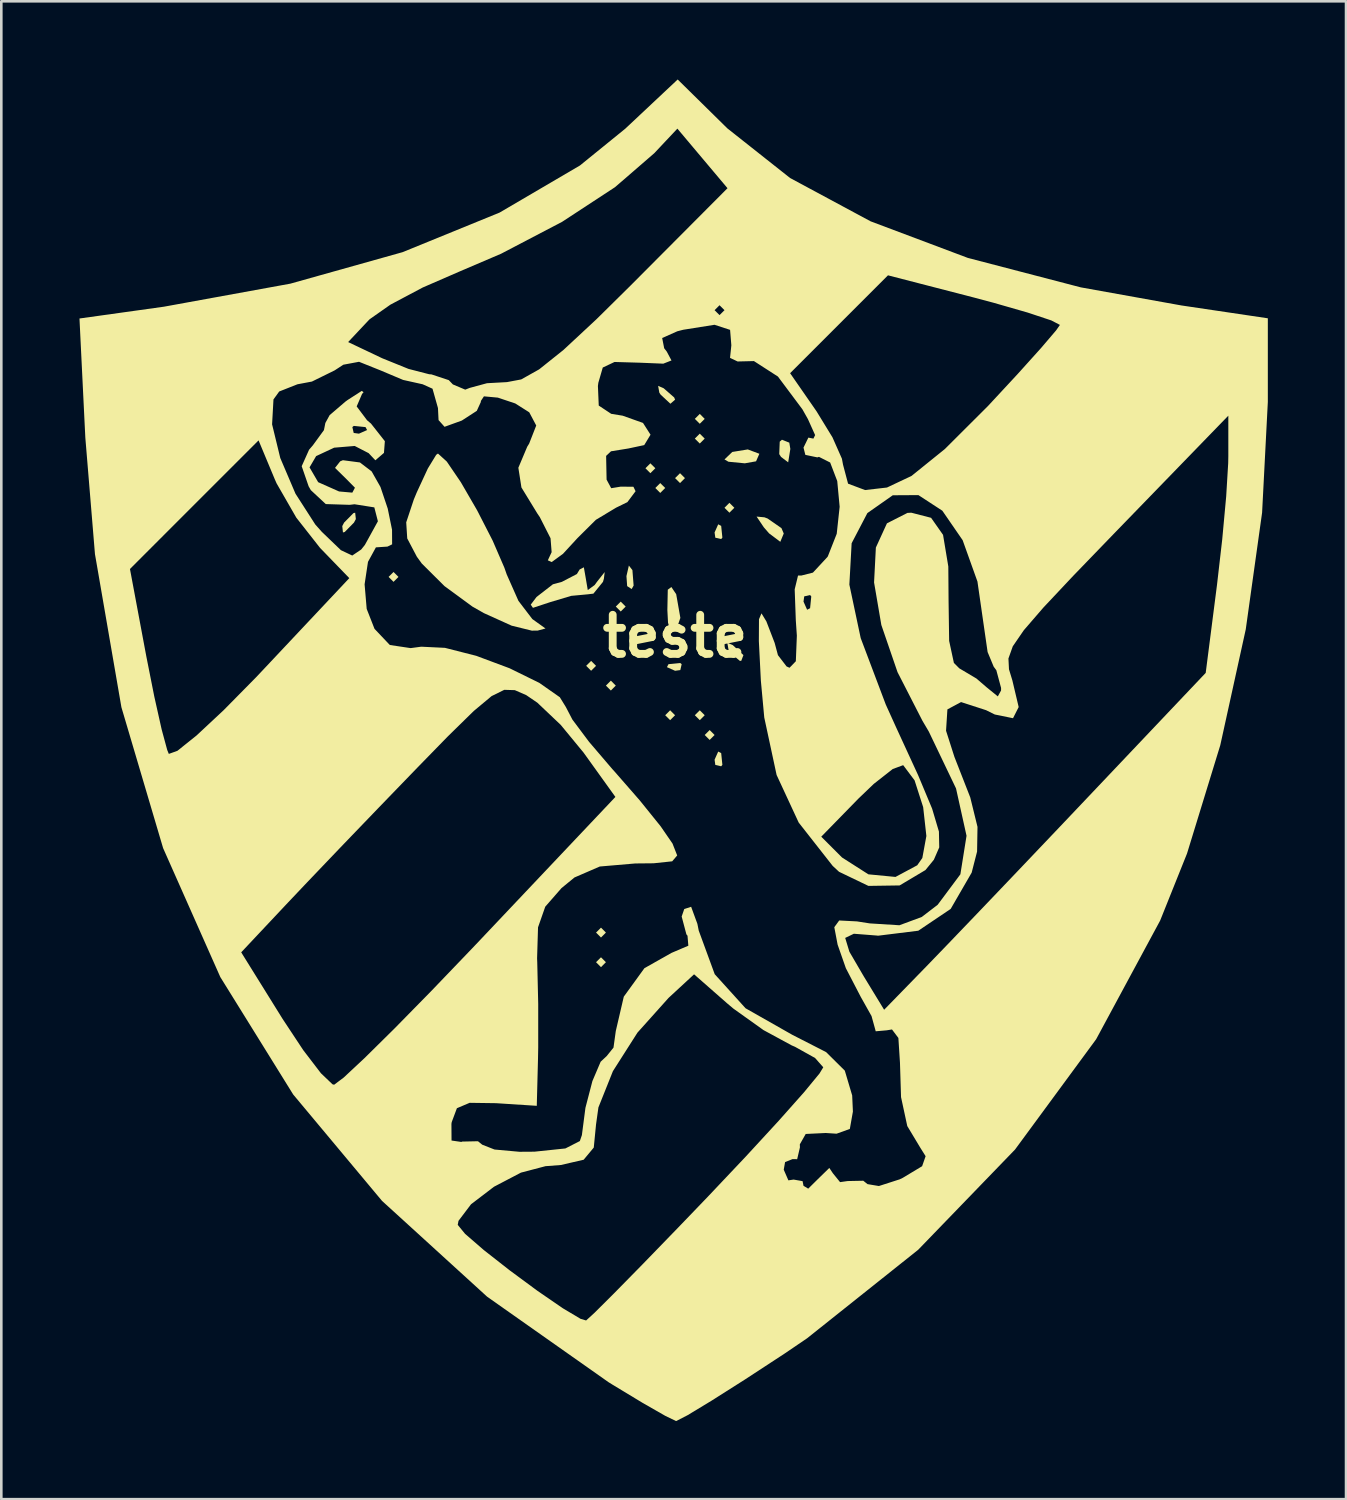
<source format=kicad_pcb>
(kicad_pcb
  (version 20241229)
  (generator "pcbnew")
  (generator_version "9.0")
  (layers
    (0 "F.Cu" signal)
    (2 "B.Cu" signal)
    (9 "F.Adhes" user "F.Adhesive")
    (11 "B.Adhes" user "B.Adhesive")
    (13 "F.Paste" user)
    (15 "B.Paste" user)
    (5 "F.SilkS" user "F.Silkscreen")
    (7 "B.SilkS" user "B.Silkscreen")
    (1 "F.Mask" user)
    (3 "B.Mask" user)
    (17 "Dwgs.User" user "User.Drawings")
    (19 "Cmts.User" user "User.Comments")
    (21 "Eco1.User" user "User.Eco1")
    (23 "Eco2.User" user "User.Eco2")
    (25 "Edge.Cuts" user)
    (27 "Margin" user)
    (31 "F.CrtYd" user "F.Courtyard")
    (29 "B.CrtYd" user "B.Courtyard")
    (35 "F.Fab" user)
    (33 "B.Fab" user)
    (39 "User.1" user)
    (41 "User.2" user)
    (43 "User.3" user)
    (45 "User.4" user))
  (footprint "teste"
    (layer "F.Cu")
    (at 22.855 21.363)
    (property "Reference" "teste" (at 0 0 0) (layer "F.SilkS") (effects (font (size 1.5 1.5) (thickness 0.3))))
    (attr board_only exclude_from_pos_files exclude_from_bom)
    (fp_poly (pts (xy -10.615 -2.275) (xy -10.804 -2.085) (xy -10.994 -2.275) (xy -10.804 -2.464)) (stroke (width 0) (type solid)) (fill yes) (layer "F.SilkS"))
    (fp_poly (pts (xy -3.033 1.137) (xy -3.222 1.327) (xy -3.412 1.137) (xy -3.222 0.948)) (stroke (width 0) (type solid)) (fill yes) (layer "F.SilkS"))
    (fp_poly (pts (xy -2.654 11.373) (xy -2.843 11.563) (xy -3.033 11.373) (xy -2.843 11.184)) (stroke (width 0) (type solid)) (fill yes) (layer "F.SilkS"))
    (fp_poly (pts (xy -2.654 12.51) (xy -2.843 12.7) (xy -3.033 12.51) (xy -2.843 12.321)) (stroke (width 0) (type solid)) (fill yes) (layer "F.SilkS"))
    (fp_poly (pts (xy -2.275 1.896) (xy -2.464 2.085) (xy -2.654 1.896) (xy -2.464 1.706)) (stroke (width 0) (type solid)) (fill yes) (layer "F.SilkS"))
    (fp_poly (pts (xy -1.896 -1.137) (xy -2.085 -0.948) (xy -2.275 -1.137) (xy -2.085 -1.327)) (stroke (width 0) (type solid)) (fill yes) (layer "F.SilkS"))
    (fp_poly (pts (xy -0.758 -6.445) (xy -0.948 -6.255) (xy -1.137 -6.445) (xy -0.948 -6.634)) (stroke (width 0) (type solid)) (fill yes) (layer "F.SilkS"))
    (fp_poly (pts (xy -0.379 -5.687) (xy -0.569 -5.497) (xy -0.758 -5.687) (xy -0.569 -5.876)) (stroke (width 0) (type solid)) (fill yes) (layer "F.SilkS"))
    (fp_poly (pts (xy -0.000001 3.033) (xy -0.19 3.222) (xy -0.379 3.033) (xy -0.19 2.843)) (stroke (width 0) (type solid)) (fill yes) (layer "F.SilkS"))
    (fp_poly (pts (xy 0.379 -6.066) (xy 0.19 -5.876) (xy -0.000001 -6.066) (xy 0.19 -6.255)) (stroke (width 0) (type solid)) (fill yes) (layer "F.SilkS"))
    (fp_poly (pts (xy 1.137 -8.34) (xy 0.948 -8.151) (xy 0.758 -8.34) (xy 0.948 -8.53)) (stroke (width 0) (type solid)) (fill yes) (layer "F.SilkS"))
    (fp_poly (pts (xy 1.137 -7.582) (xy 0.948 -7.393) (xy 0.758 -7.582) (xy 0.948 -7.772)) (stroke (width 0) (type solid)) (fill yes) (layer "F.SilkS"))
    (fp_poly (pts (xy 1.137 3.033) (xy 0.948 3.222) (xy 0.758 3.033) (xy 0.948 2.843)) (stroke (width 0) (type solid)) (fill yes) (layer "F.SilkS"))
    (fp_poly (pts (xy 1.516 3.791) (xy 1.327 3.981) (xy 1.137 3.791) (xy 1.327 3.601)) (stroke (width 0) (type solid)) (fill yes) (layer "F.SilkS"))
    (fp_poly (pts (xy 2.275 -4.928) (xy 2.085 -4.739) (xy 1.896 -4.928) (xy 2.085 -5.118)) (stroke (width 0) (type solid)) (fill yes) (layer "F.SilkS"))
    (fp_poly (pts (xy -1.637 -2.535) (xy -1.591 -1.943) (xy -1.666 -1.809) (xy -1.839 -1.922) (xy -1.866 -2.306) (xy -1.773 -2.711)) (stroke (width 0) (type solid)) (fill yes) (layer "F.SilkS"))
    (fp_poly (pts (xy 0.253 1.074) (xy 0.201 1.3) (xy -0.000001 1.327) (xy -0.312 1.188) (xy -0.253 1.074) (xy 0.197 1.029)) (stroke (width 0) (type solid)) (fill yes) (layer "F.SilkS"))
    (fp_poly (pts (xy 1.769 -4.233) (xy 1.815 -3.783) (xy 1.769 -3.728) (xy 1.544 -3.78) (xy 1.516 -3.981) (xy 1.655 -4.293)) (stroke (width 0) (type solid)) (fill yes) (layer "F.SilkS"))
    (fp_poly (pts (xy 1.769 4.486) (xy 1.815 4.936) (xy 1.769 4.992) (xy 1.544 4.94) (xy 1.516 4.739) (xy 1.655 4.427)) (stroke (width 0) (type solid)) (fill yes) (layer "F.SilkS"))
    (fp_poly (pts (xy -0.438 -9.514) (xy -0.034 -9.161) (xy -0.000001 -9.076) (xy -0.18 -8.92) (xy -0.554 -9.269) (xy -0.605 -9.347) (xy -0.65 -9.606)) (stroke (width 0) (type solid)) (fill yes) (layer "F.SilkS"))
    (fp_poly (pts (xy 2.216 0.343) (xy 2.623 0.725) (xy 2.54 0.944) (xy 2.487 0.948) (xy 2.166 0.678) (xy 2.049 0.51) (xy 2.004 0.251)) (stroke (width 0) (type solid)) (fill yes) (layer "F.SilkS"))
    (fp_poly (pts (xy 4.383 -7.427) (xy 4.423 -7.186) (xy 4.34 -6.671) (xy 4.066 -6.88) (xy 3.997 -6.987) (xy 4.016 -7.465) (xy 4.101 -7.539)) (stroke (width 0) (type solid)) (fill yes) (layer "F.SilkS"))
    (fp_poly (pts (xy -12.25 -4.494) (xy -12.321 -4.36) (xy -12.678 -3.998) (xy -12.745 -3.981) (xy -12.771 -4.225) (xy -12.7 -4.36) (xy -12.343 -4.722) (xy -12.276 -4.739)) (stroke (width 0) (type solid)) (fill yes) (layer "F.SilkS"))
    (fp_poly (pts (xy 0.043 -1.611) (xy 0.203 -0.702) (xy 0.078 -0.342) (xy -0.156 -0.103) (xy -0.271 -0.521) (xy -0.296 -1.005) (xy -0.28 -1.784) (xy -0.142 -1.887)) (stroke (width 0) (type solid)) (fill yes) (layer "F.SilkS"))
    (fp_poly (pts (xy 3.23 -7.002) (xy 3.233 -6.997) (xy 3.108 -6.711) (xy 2.676 -6.634) (xy 2.047 -6.695) (xy 1.896 -6.783) (xy 2.195 -7.07) (xy 2.79 -7.167)) (stroke (width 0) (type solid)) (fill yes) (layer "F.SilkS"))
    (fp_poly (pts (xy 3.428 -4.562) (xy 3.548 -4.517) (xy 4.082 -4.147) (xy 4.17 -3.94) (xy 4.038 -3.622) (xy 3.607 -3.946) (xy 3.405 -4.179) (xy 3.128 -4.59)) (stroke (width 0) (type solid)) (fill yes) (layer "F.SilkS"))
    (fp_poly (pts (xy -3.436 -2.275) (xy -3.35 -1.77) (xy -3.085 -1.965) (xy -2.998 -2.085) (xy -2.701 -2.461) (xy -2.732 -2.204) (xy -2.767 -2.085) (xy -3.134 -1.633) (xy -3.351 -1.607) (xy -3.985 -1.548) (xy -4.782 -1.31) (xy -5.454 -1.088) (xy -5.539 -1.21) (xy -5.317 -1.504) (xy -4.688 -1.992) (xy -4.345 -2.085) (xy -3.768 -2.385) (xy -3.663 -2.559) (xy -3.501 -2.644)) (stroke (width 0) (type solid)) (fill yes) (layer "F.SilkS"))
    (fp_poly (pts (xy -8.76 -6.701) (xy -8.22 -5.907) (xy -7.595 -4.828) (xy -7 -3.667) (xy -6.55 -2.627) (xy -6.461 -2.372) (xy -6.011 -1.356) (xy -5.477 -0.657) (xy -5.374 -0.583) (xy -4.972 -0.296) (xy -5.273 -0.215) (xy -5.497 -0.213) (xy -6.272 -0.404) (xy -7.333 -0.884) (xy -7.772 -1.133) (xy -8.85 -1.923) (xy -9.72 -2.789) (xy -9.909 -3.05) (xy -10.278 -3.751) (xy -10.317 -4.369) (xy -10.025 -5.247) (xy -9.909 -5.526) (xy -9.487 -6.436) (xy -9.167 -6.96) (xy -9.099 -7.009)) (stroke (width 0) (type solid)) (fill yes) (layer "F.SilkS"))
    (fp_poly (pts (xy 2.007 -19.486) (xy 4.414 -17.582) (xy 7.503 -15.92) (xy 11.235 -14.516) (xy 15.568 -13.386) (xy 19.429 -12.692) (xy 22.746 -12.199) (xy 22.746 -8.991) (xy 22.526 -4.741) (xy 21.899 -0.263) (xy 20.921 4.184) (xy 19.645 8.34) (xy 18.614 10.912) (xy 16.158 15.466) (xy 13.045 19.699) (xy 9.329 23.545) (xy 5.064 26.943) (xy 4.206 27.526) (xy 2.688 28.519) (xy 1.403 29.334) (xy 0.48 29.893) (xy 0.047 30.116) (xy 0.036 30.117) (xy -0.374 29.919) (xy -1.246 29.42) (xy -2.401 28.721) (xy -2.553 28.627) (xy -7.213 25.345) (xy -10.235 22.59) (xy -8.34 22.59) (xy -8.058 22.934) (xy -7.334 23.56) (xy -6.347 24.334) (xy -5.28 25.121) (xy -4.313 25.786) (xy -3.627 26.195) (xy -3.414 26.258) (xy -3.092 25.964) (xy -2.338 25.213) (xy -1.242 24.097) (xy 0.105 22.707) (xy 1.246 21.52) (xy 2.711 19.97) (xy 3.973 18.599) (xy 4.945 17.505) (xy 5.54 16.783) (xy 5.687 16.543) (xy 5.372 16.186) (xy 4.603 15.757) (xy 4.475 15.702) (xy 3.393 15.115) (xy 2.237 14.29) (xy 1.996 14.087) (xy 0.729 12.975) (xy -0.25 13.88) (xy -1.443 15.212) (xy -2.386 16.692) (xy -2.942 18.083) (xy -3.033 18.736) (xy -3.12 19.623) (xy -3.508 20.09) (xy -4.383 20.292) (xy -4.971 20.337) (xy -5.915 20.585) (xy -6.95 21.127) (xy -7.83 21.799) (xy -8.311 22.435) (xy -8.34 22.59) (xy -10.235 22.59) (xy -11.244 21.671) (xy -14.654 17.587) (xy -17.451 13.08) (xy -17.872 12.131) (xy -16.649 12.131) (xy -15.058 14.69) (xy -14.268 15.885) (xy -13.59 16.771) (xy -13.145 17.196) (xy -13.083 17.212) (xy -12.717 16.937) (xy -11.918 16.191) (xy -10.772 15.059) (xy -9.364 13.624) (xy -7.779 11.971) (xy -7.495 11.672) (xy -2.29 6.168) (xy -3.511 4.468) (xy -4.389 3.402) (xy -5.286 2.551) (xy -5.714 2.26) (xy -6.15 2.07) (xy -6.554 2.058) (xy -7.041 2.299) (xy -7.725 2.87) (xy -8.723 3.848) (xy -9.891 5.046) (xy -11.355 6.561) (xy -12.828 8.093) (xy -14.116 9.442) (xy -14.868 10.236) (xy -16.649 12.131) (xy -17.872 12.131) (xy -19.646 8.132) (xy -21.246 2.727) (xy -22.162 -2.579) (xy -20.918 -2.579) (xy -20.289 0.781) (xy -19.984 2.317) (xy -19.702 3.577) (xy -19.488 4.367) (xy -19.427 4.517) (xy -19.098 4.399) (xy -18.363 3.81) (xy -17.326 2.842) (xy -16.088 1.586) (xy -15.848 1.332) (xy -12.501 -2.228) (xy -13.624 -3.389) (xy -14.535 -4.549) (xy -15.291 -5.864) (xy -15.365 -6.032) (xy -15.983 -7.514) (xy -18.451 -5.047) (xy -20.918 -2.579) (xy -22.162 -2.579) (xy -22.261 -3.149) (xy -22.63 -7.612) (xy -22.656 -8.13) (xy -15.464 -8.13) (xy -15.15 -6.837) (xy -14.566 -5.468) (xy -13.806 -4.286) (xy -13.557 -4.006) (xy -12.823 -3.301) (xy -12.388 -3.095) (xy -12.046 -3.325) (xy -11.904 -3.502) (xy -11.404 -4.41) (xy -11.541 -4.943) (xy -12.301 -5.063) (xy -12.484 -5.041) (xy -13.404 -5.07) (xy -13.978 -5.605) (xy -14.062 -5.752) (xy -14.328 -6.523) (xy -14.045 -7.155) (xy -13.899 -7.325) (xy -13.475 -7.907) (xy -13.451 -8.024) (xy -12.384 -8.024) (xy -12.332 -7.799) (xy -12.131 -7.772) (xy -11.819 -7.91) (xy -11.879 -8.024) (xy -12.329 -8.07) (xy -12.384 -8.024) (xy -13.451 -8.024) (xy -13.42 -8.182) (xy -13.256 -8.482) (xy -12.65 -9.002) (xy -12.568 -9.062) (xy -12.023 -9.413) (xy -11.954 -9.363) (xy -12.013 -9.294) (xy -12.218 -8.817) (xy -11.82 -8.287) (xy -11.669 -8.159) (xy -11.137 -7.484) (xy -11.171 -7.034) (xy -11.501 -6.75) (xy -11.759 -7.024) (xy -12.294 -7.3) (xy -13.082 -7.234) (xy -13.774 -6.911) (xy -14.027 -6.478) (xy -13.696 -5.91) (xy -12.894 -5.554) (xy -12.385 -5.509) (xy -12.285 -5.698) (xy -12.616 -6.033) (xy -13.049 -6.458) (xy -12.851 -6.71) (xy -12.747 -6.753) (xy -12.093 -6.667) (xy -11.644 -6.324) (xy -11.305 -5.726) (xy -11.027 -4.899) (xy -10.861 -4.085) (xy -10.858 -3.525) (xy -11.036 -3.438) (xy -11.48 -3.409) (xy -11.784 -2.853) (xy -11.914 -1.991) (xy -11.834 -1.048) (xy -11.534 -0.283) (xy -10.946 0.338) (xy -10.147 0.457) (xy -9.741 0.403) (xy -8.831 0.447) (xy -7.629 0.753) (xy -6.35 1.231) (xy -5.21 1.791) (xy -4.422 2.343) (xy -4.191 2.718) (xy -3.94 3.2) (xy -3.301 4.054) (xy -2.407 5.1) (xy -2.332 5.182) (xy -1.356 6.3) (xy -0.554 7.295) (xy -0.099 7.956) (xy -0.097 7.961) (xy 0.081 8.414) (xy -0.111 8.639) (xy -0.824 8.714) (xy -1.527 8.721) (xy -2.889 8.838) (xy -3.861 9.259) (xy -4.36 9.668) (xy -4.982 10.38) (xy -5.259 11.172) (xy -5.295 12.362) (xy -5.289 12.509) (xy -5.252 14.11) (xy -5.252 15.781) (xy -5.26 16.214) (xy -5.307 18.021) (xy -6.872 17.92) (xy -7.883 17.906) (xy -8.372 18.113) (xy -8.571 18.646) (xy -8.582 18.713) (xy -8.578 19.353) (xy -8.204 19.407) (xy -8.167 19.393) (xy -7.564 19.38) (xy -7.399 19.513) (xy -6.929 19.698) (xy -5.973 19.785) (xy -5.397 19.781) (xy -4.209 19.657) (xy -3.654 19.373) (xy -3.576 19.145) (xy -3.44 18.099) (xy -3.173 17.073) (xy -2.856 16.329) (xy -2.624 16.112) (xy -2.363 15.787) (xy -2.275 15.151) (xy -1.968 13.832) (xy -1.177 12.74) (xy -0.136 12.152) (xy 0.509 11.877) (xy 0.477 11.494) (xy 0.434 11.44) (xy 0.253 10.757) (xy 0.352 10.47) (xy 0.616 10.383) (xy 0.856 11.038) (xy 0.908 11.297) (xy 1.521 12.97) (xy 2.705 14.278) (xy 4.492 15.293) (xy 5.796 15.96) (xy 6.513 16.671) (xy 6.796 17.623) (xy 6.824 18.242) (xy 6.706 18.908) (xy 6.197 19.091) (xy 5.781 19.064) (xy 5.013 19.101) (xy 4.787 19.5) (xy 4.791 19.615) (xy 4.685 20.069) (xy 4.506 20.066) (xy 4.221 20.181) (xy 4.17 20.472) (xy 4.348 20.881) (xy 4.549 20.851) (xy 4.893 20.912) (xy 4.928 21.09) (xy 5.109 21.2) (xy 5.485 20.828) (xy 5.919 20.405) (xy 6.054 20.607) (xy 6.331 20.949) (xy 6.622 20.908) (xy 7.222 20.896) (xy 7.384 21.026) (xy 7.821 21.099) (xy 8.619 20.842) (xy 8.739 20.784) (xy 9.48 20.338) (xy 9.614 19.954) (xy 9.416 19.639) (xy 8.91 18.797) (xy 8.671 17.687) (xy 8.63 16.37) (xy 8.569 15.417) (xy 8.324 15.091) (xy 8.119 15.124) (xy 7.699 15.161) (xy 7.671 15.056) (xy 7.539 14.578) (xy 7.123 13.837) (xy 6.553 12.739) (xy 6.237 11.835) (xy 6.188 11.578) (xy 6.528 11.578) (xy 6.689 12.108) (xy 7.235 13.044) (xy 8.022 14.335) (xy 9.649 12.665) (xy 10.465 11.819) (xy 11.674 10.558) (xy 13.146 9.015) (xy 14.754 7.324) (xy 15.819 6.201) (xy 20.362 1.408) (xy 20.796 -1.975) (xy 20.996 -3.715) (xy 21.148 -5.365) (xy 21.225 -6.639) (xy 21.23 -6.91) (xy 21.23 -8.462) (xy 16.88 -3.975) (xy 15.276 -2.314) (xy 14.134 -1.099) (xy 13.384 -0.231) (xy 12.959 0.388) (xy 12.792 0.856) (xy 12.813 1.271) (xy 12.943 1.697) (xy 13.185 2.719) (xy 12.968 3.147) (xy 12.27 3.005) (xy 11.934 2.839) (xy 10.974 2.528) (xy 10.45 2.809) (xy 10.398 3.628) (xy 10.719 4.631) (xy 11.327 6.186) (xy 11.605 7.317) (xy 11.589 8.264) (xy 11.381 9.073) (xy 10.576 10.465) (xy 9.333 11.302) (xy 7.792 11.493) (xy 7.729 11.486) (xy 6.86 11.418) (xy 6.528 11.578) (xy 6.188 11.578) (xy 6.11 11.167) (xy 6.298 10.909) (xy 6.979 10.944) (xy 7.473 11.021) (xy 8.608 11.092) (xy 9.465 10.775) (xy 10.076 10.307) (xy 10.948 9.137) (xy 11.184 7.659) (xy 10.781 5.842) (xy 9.736 3.659) (xy 9.494 3.249) (xy 8.536 1.38) (xy 7.915 -0.43) (xy 7.636 -2.063) (xy 7.705 -3.402) (xy 8.13 -4.331) (xy 8.917 -4.731) (xy 9.065 -4.739) (xy 9.824 -4.543) (xy 10.283 -3.889) (xy 10.485 -2.675) (xy 10.495 -1.351) (xy 10.517 0.18) (xy 10.699 1.025) (xy 10.906 1.233) (xy 11.564 1.624) (xy 11.949 1.956) (xy 12.385 2.31) (xy 12.509 2.083) (xy 12.51 1.986) (xy 12.328 1.307) (xy 12.226 1.169) (xy 11.993 0.608) (xy 11.887 -0.126) (xy 11.603 -2.097) (xy 11.035 -3.684) (xy 10.256 -4.815) (xy 9.338 -5.414) (xy 8.354 -5.408) (xy 7.379 -4.724) (xy 6.775 -3.567) (xy 6.688 -1.979) (xy 7.123 0.073) (xy 8.085 2.622) (xy 8.486 3.507) (xy 9.327 5.335) (xy 9.864 6.619) (xy 10.125 7.497) (xy 10.137 8.104) (xy 9.93 8.579) (xy 9.608 8.974) (xy 8.617 9.564) (xy 7.419 9.582) (xy 6.291 9.04) (xy 6.048 8.814) (xy 5.169 7.694) (xy 5.609 7.694) (xy 6.406 8.491) (xy 7.418 9.138) (xy 8.458 9.238) (xy 9.292 8.791) (xy 9.488 8.511) (xy 9.643 7.667) (xy 9.52 6.559) (xy 9.19 5.531) (xy 8.753 4.949) (xy 8.352 5.097) (xy 7.626 5.667) (xy 7.036 6.232) (xy 5.609 7.694) (xy 5.169 7.694) (xy 4.743 7.151) (xy 3.896 5.325) (xy 3.422 3.119) (xy 3.292 1.706) (xy 3.215 0.186) (xy 3.22 -0.651) (xy 3.315 -0.877) (xy 3.503 -0.569) (xy 3.822 0.26) (xy 3.947 0.727) (xy 4.279 1.161) (xy 4.392 1.211) (xy 4.634 0.961) (xy 4.673 -0.02) (xy 4.633 -0.607) (xy 4.607 -1.327) (xy 4.928 -1.327) (xy 5.067 -1.015) (xy 5.181 -1.074) (xy 5.226 -1.524) (xy 5.181 -1.58) (xy 4.956 -1.528) (xy 4.928 -1.327) (xy 4.607 -1.327) (xy 4.59 -1.799) (xy 4.718 -2.327) (xy 4.844 -2.327) (xy 5.29 -2.44) (xy 5.843 -3.036) (xy 5.863 -3.066) (xy 6.203 -3.93) (xy 6.315 -4.967) (xy 6.223 -5.953) (xy 5.951 -6.665) (xy 5.522 -6.881) (xy 5.459 -6.862) (xy 4.999 -6.958) (xy 4.928 -7.237) (xy 5.115 -7.62) (xy 5.308 -7.582) (xy 5.374 -7.717) (xy 5.098 -8.33) (xy 4.886 -8.706) (xy 3.946 -9.964) (xy 3.747 -10.092) (xy 4.414 -10.092) (xy 5.43 -8.627) (xy 6.04 -7.63) (xy 6.402 -6.812) (xy 6.445 -6.582) (xy 6.638 -5.853) (xy 7.291 -5.608) (xy 8.132 -5.705) (xy 9.073 -6.15) (xy 10.352 -7.182) (xy 12.002 -8.828) (xy 12.019 -8.846) (xy 13.145 -10.06) (xy 14.049 -11.064) (xy 14.621 -11.735) (xy 14.768 -11.945) (xy 14.435 -12.118) (xy 13.529 -12.419) (xy 12.214 -12.797) (xy 11.478 -12.993) (xy 8.17 -13.848) (xy 6.292 -11.97) (xy 4.414 -10.092) (xy 3.747 -10.092) (xy 3.026 -10.557) (xy 2.399 -10.542) (xy 2.109 -10.68) (xy 2.159 -11.162) (xy 2.111 -11.755) (xy 1.513 -11.95) (xy 0.313 -11.759) (xy 0.087 -11.701) (xy -0.495 -11.442) (xy -0.418 -11.049) (xy -0.32 -10.923) (xy -0.138 -10.581) (xy -0.452 -10.458) (xy -1.355 -10.495) (xy -2.323 -10.523) (xy -2.775 -10.309) (xy -2.945 -9.724) (xy -2.961 -9.6) (xy -2.929 -8.85) (xy -2.451 -8.533) (xy -2.013 -8.462) (xy -1.231 -8.184) (xy -0.942 -7.732) (xy -1.184 -7.333) (xy -1.793 -7.203) (xy -2.459 -7.095) (xy -2.646 -6.919) (xy -2.628 -6.008) (xy -2.451 -5.679) (xy -2.085 -5.739) (xy -1.598 -5.734) (xy -1.516 -5.563) (xy -1.83 -5.144) (xy -2.265 -4.931) (xy -3.039 -4.466) (xy -3.741 -3.769) (xy -4.302 -3.16) (xy -4.734 -2.845) (xy -4.883 -2.911) (xy -4.737 -3.225) (xy -4.779 -3.758) (xy -5.19 -4.568) (xy -5.283 -4.705) (xy -5.896 -5.707) (xy -6.014 -6.464) (xy -5.673 -7.272) (xy -5.601 -7.388) (xy -5.328 -8.085) (xy -5.596 -8.591) (xy -6.132 -8.931) (xy -6.802 -9.155) (xy -7.335 -9.204) (xy -7.459 -9.017) (xy -7.448 -8.999) (xy -7.609 -8.647) (xy -8.183 -8.275) (xy -8.846 -8.035) (xy -9.076 -8.292) (xy -9.099 -8.755) (xy -9.308 -9.497) (xy -9.686 -9.667) (xy -10.436 -9.834) (xy -11.304 -10.2) (xy -12.128 -10.53) (xy -12.729 -10.418) (xy -13.064 -10.2) (xy -13.936 -9.771) (xy -14.49 -9.667) (xy -15.191 -9.39) (xy -15.411 -9.085) (xy -15.464 -8.13) (xy -22.656 -8.13) (xy -22.811 -11.287) (xy -12.546 -11.287) (xy -11.239 -10.666) (xy -10.229 -10.257) (xy -9.436 -10.052) (xy -9.348 -10.046) (xy -8.684 -9.826) (xy -8.526 -9.661) (xy -8.052 -9.461) (xy -7.88 -9.528) (xy -7.217 -9.708) (xy -6.451 -9.75) (xy -5.905 -9.853) (xy -5.215 -10.24) (xy -4.284 -10.984) (xy -3.019 -12.161) (xy -2.665 -12.51) (xy 1.516 -12.51) (xy 1.706 -12.321) (xy 1.896 -12.51) (xy 1.706 -12.7) (xy 1.516 -12.51) (xy -2.665 -12.51) (xy -1.708 -13.456) (xy 2.012 -17.191) (xy 1.05 -18.334) (xy 0.088 -19.477) (xy -0.798 -18.534) (xy -2.304 -17.231) (xy -4.335 -15.901) (xy -6.675 -14.677) (xy -8.246 -14.005) (xy -9.684 -13.38) (xy -10.924 -12.722) (xy -11.719 -12.164) (xy -11.77 -12.112) (xy -12.546 -11.287) (xy -22.811 -11.287) (xy -22.855 -12.191) (xy -19.614 -12.644) (xy -14.763 -13.528) (xy -10.455 -14.737) (xy -6.735 -16.255) (xy -3.65 -18.063) (xy -1.911 -19.475) (xy 0.1 -21.363)) (stroke (width 0) (type solid)) (fill yes) (layer "F.SilkS")))
  (gr_rect
    (start -3 -3)
    (end 48.602 54.479)
    (stroke (width 0.1) (type default))
    (fill no)
    (layer "Edge.Cuts")))
</source>
